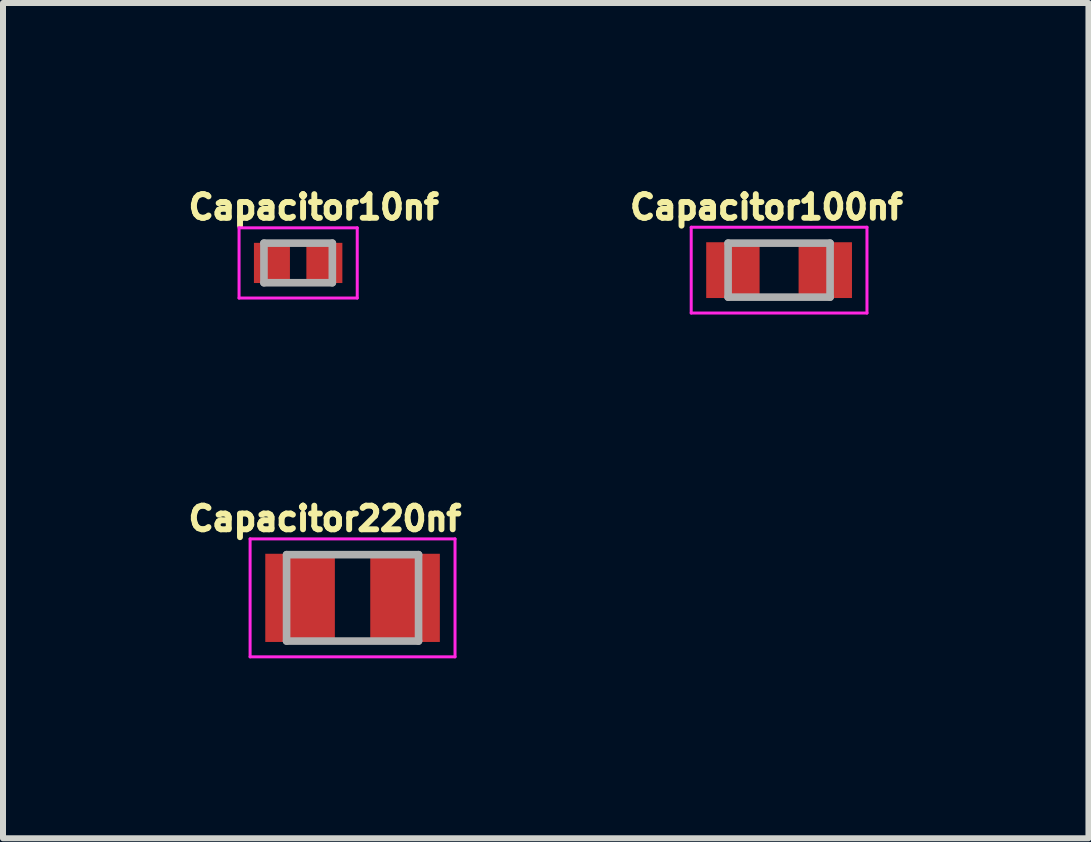
<source format=kicad_pcb>
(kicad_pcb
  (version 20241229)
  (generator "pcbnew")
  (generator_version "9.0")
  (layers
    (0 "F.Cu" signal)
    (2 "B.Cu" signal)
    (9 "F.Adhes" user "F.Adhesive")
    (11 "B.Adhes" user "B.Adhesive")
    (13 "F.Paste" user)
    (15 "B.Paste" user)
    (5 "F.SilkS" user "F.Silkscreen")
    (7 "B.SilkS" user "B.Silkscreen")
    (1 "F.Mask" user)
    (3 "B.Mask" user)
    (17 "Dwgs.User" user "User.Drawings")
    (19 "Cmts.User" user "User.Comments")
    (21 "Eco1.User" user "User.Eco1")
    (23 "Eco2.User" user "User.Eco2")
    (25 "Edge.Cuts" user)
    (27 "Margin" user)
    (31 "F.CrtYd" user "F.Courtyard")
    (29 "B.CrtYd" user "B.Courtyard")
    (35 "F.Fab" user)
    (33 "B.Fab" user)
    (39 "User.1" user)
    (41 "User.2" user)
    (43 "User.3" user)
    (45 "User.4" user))
  (footprint "Capacitor10nf"
    (layer "F.Cu")
    (at 1.92 1.333)
    (property "Reference" "Capacitor10nf" (at 0.26 -0.93 0) (layer "F.SilkS") (effects (font (size 0.394 0.394) (thickness 0.15))))
    (attr smd)
    (fp_line (start -0.985 -0.585) (end 0.985 -0.585) (stroke (width 0.05) (type solid)) (layer "F.CrtYd"))
    (fp_line (start -0.985 0.585) (end -0.985 -0.585) (stroke (width 0.05) (type solid)) (layer "F.CrtYd"))
    (fp_line (start -0.985 0.585) (end 0.985 0.585) (stroke (width 0.05) (type solid)) (layer "F.CrtYd"))
    (fp_line (start 0.985 0.585) (end 0.985 -0.585) (stroke (width 0.05) (type solid)) (layer "F.CrtYd"))
    (fp_line (start -0.57 0.33) (end -0.57 -0.33) (stroke (width 0.127) (type solid)) (layer "F.Fab"))
    (fp_line (start 0.57 -0.33) (end -0.57 -0.33) (stroke (width 0.127) (type solid)) (layer "F.Fab"))
    (fp_line (start 0.57 0.33) (end -0.57 0.33) (stroke (width 0.127) (type solid)) (layer "F.Fab"))
    (fp_line (start 0.57 0.33) (end 0.57 -0.33) (stroke (width 0.127) (type solid)) (layer "F.Fab"))
    (pad "1" smd rect (at -0.437 0) (size 0.6 0.67) (layers "F.Cu" "F.Mask" "F.Paste"))
    (pad "2" smd rect (at 0.437 0) (size 0.6 0.67) (layers "F.Cu" "F.Mask" "F.Paste")))
  (footprint "Capacitor220nf"
    (layer "F.Cu")
    (at 2.827 6.916)
    (property "Reference" "Capacitor220nf" (at -0.46 -1.32 0) (layer "F.SilkS") (effects (font (size 0.394 0.394) (thickness 0.15))))
    (attr smd)
    (fp_line (start -1.708 -0.983) (end 1.708 -0.983) (stroke (width 0.05) (type solid)) (layer "F.CrtYd"))
    (fp_line (start -1.708 0.983) (end -1.708 -0.983) (stroke (width 0.05) (type solid)) (layer "F.CrtYd"))
    (fp_line (start -1.708 0.983) (end 1.708 0.983) (stroke (width 0.05) (type solid)) (layer "F.CrtYd"))
    (fp_line (start 1.708 0.983) (end 1.708 -0.983) (stroke (width 0.05) (type solid)) (layer "F.CrtYd"))
    (fp_line (start -1.1 0.72) (end -1.1 -0.72) (stroke (width 0.127) (type solid)) (layer "F.Fab"))
    (fp_line (start 1.1 -0.72) (end -1.1 -0.72) (stroke (width 0.127) (type solid)) (layer "F.Fab"))
    (fp_line (start 1.1 0.72) (end -1.1 0.72) (stroke (width 0.127) (type solid)) (layer "F.Fab"))
    (fp_line (start 1.1 0.72) (end 1.1 -0.72) (stroke (width 0.127) (type solid)) (layer "F.Fab"))
    (pad "1" smd rect (at -0.875 0) (size 1.16 1.47) (layers "F.Cu" "F.Mask" "F.Paste"))
    (pad "2" smd rect (at 0.875 0) (size 1.16 1.47) (layers "F.Cu" "F.Mask" "F.Paste")))
  (footprint "Capacitor100nf"
    (layer "F.Cu")
    (at 9.937 1.453)
    (property "Reference" "Capacitor100nf" (at -0.21 -1.05 0) (layer "F.SilkS") (effects (font (size 0.394 0.394) (thickness 0.15))))
    (attr smd)
    (fp_line (start -1.465 -0.715) (end 1.465 -0.715) (stroke (width 0.05) (type solid)) (layer "F.CrtYd"))
    (fp_line (start -1.465 0.715) (end -1.465 -0.715) (stroke (width 0.05) (type solid)) (layer "F.CrtYd"))
    (fp_line (start -1.465 0.715) (end 1.465 0.715) (stroke (width 0.05) (type solid)) (layer "F.CrtYd"))
    (fp_line (start 1.465 0.715) (end 1.465 -0.715) (stroke (width 0.05) (type solid)) (layer "F.CrtYd"))
    (fp_line (start -0.85 0.45) (end -0.85 -0.45) (stroke (width 0.127) (type solid)) (layer "F.Fab"))
    (fp_line (start 0.85 -0.45) (end -0.85 -0.45) (stroke (width 0.127) (type solid)) (layer "F.Fab"))
    (fp_line (start 0.85 0.45) (end -0.85 0.45) (stroke (width 0.127) (type solid)) (layer "F.Fab"))
    (fp_line (start 0.85 0.45) (end 0.85 -0.45) (stroke (width 0.127) (type solid)) (layer "F.Fab"))
    (pad "1" smd rect (at -0.77 0) (size 0.89 0.93) (layers "F.Cu" "F.Mask" "F.Paste"))
    (pad "2" smd rect (at 0.77 0) (size 0.89 0.93) (layers "F.Cu" "F.Mask" "F.Paste")))
  (gr_rect
    (start -3 -3)
    (end 15.094 10.924)
    (stroke (width 0.1) (type default))
    (fill no)
    (layer "Edge.Cuts")))
</source>
